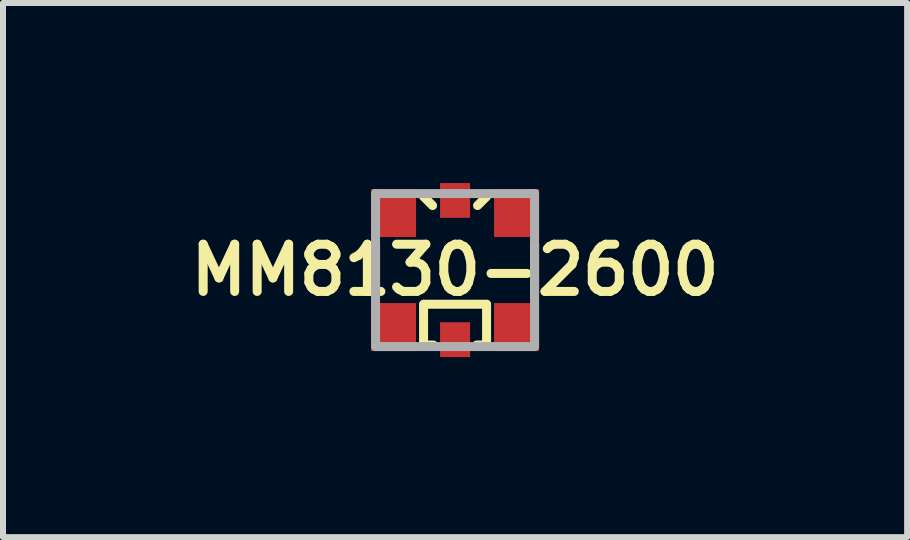
<source format=kicad_pcb>
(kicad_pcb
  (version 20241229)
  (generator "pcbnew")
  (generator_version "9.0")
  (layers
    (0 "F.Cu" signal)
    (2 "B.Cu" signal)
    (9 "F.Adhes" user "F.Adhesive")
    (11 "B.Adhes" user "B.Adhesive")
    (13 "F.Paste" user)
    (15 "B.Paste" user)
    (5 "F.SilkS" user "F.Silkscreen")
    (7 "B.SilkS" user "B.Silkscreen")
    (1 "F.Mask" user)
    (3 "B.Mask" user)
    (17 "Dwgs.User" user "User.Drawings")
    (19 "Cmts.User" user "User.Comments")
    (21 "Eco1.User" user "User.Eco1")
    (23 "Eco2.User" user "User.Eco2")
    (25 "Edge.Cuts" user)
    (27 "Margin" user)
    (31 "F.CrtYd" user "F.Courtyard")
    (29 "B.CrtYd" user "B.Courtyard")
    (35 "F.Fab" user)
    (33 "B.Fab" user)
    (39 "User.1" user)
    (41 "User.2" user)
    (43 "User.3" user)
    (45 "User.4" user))
  (footprint "MM8130-2600"
    (layer "F.Cu")
    (at 4.533 1.45)
    (property "Reference" "MM8130-2600" (at 0 0 0) (layer "F.SilkS") (effects (font (size 0.787 0.787) (thickness 0.15))))
    (attr smd)
    (fp_line (start -1.325 0.43) (end -1.325 -0.43) (stroke (width 0.15) (type solid)) (layer "F.SilkS"))
    (fp_line (start -0.525 -1.225) (end -0.375 -1.075) (stroke (width 0.15) (type solid)) (layer "F.SilkS"))
    (fp_line (start -0.525 1.25) (end -0.525 0.57) (stroke (width 0.15) (type solid)) (layer "F.SilkS"))
    (fp_line (start -0.525 1.25) (end -0.36 1.25) (stroke (width 0.15) (type solid)) (layer "F.SilkS"))
    (fp_line (start -0.52 0.57) (end 0.525 0.57) (stroke (width 0.15) (type solid)) (layer "F.SilkS"))
    (fp_line (start 0.36 1.25) (end 0.525 1.25) (stroke (width 0.15) (type solid)) (layer "F.SilkS"))
    (fp_line (start 0.375 -1.075) (end 0.525 -1.225) (stroke (width 0.15) (type solid)) (layer "F.SilkS"))
    (fp_line (start 0.525 1.25) (end 0.525 0.57) (stroke (width 0.15) (type solid)) (layer "F.SilkS"))
    (fp_line (start 1.325 0.43) (end 1.325 -0.43) (stroke (width 0.15) (type solid)) (layer "F.SilkS"))
    (fp_line (start -1.325 -1.275) (end 1.325 -1.275) (stroke (width 0.15) (type solid)) (layer "F.Fab"))
    (fp_line (start -1.325 1.275) (end -1.325 -1.275) (stroke (width 0.15) (type solid)) (layer "F.Fab"))
    (fp_line (start 1.325 -1.275) (end 1.325 1.275) (stroke (width 0.15) (type solid)) (layer "F.Fab"))
    (fp_line (start 1.325 1.275) (end -1.325 1.275) (stroke (width 0.15) (type solid)) (layer "F.Fab"))
    (pad "C" smd rect (at 0 -1.16) (size 0.5 0.58) (layers "F.Cu" "F.Mask" "F.Paste"))
    (pad "G" smd rect (at -1.025 -0.95) (size 0.75 0.8) (layers "F.Cu" "F.Mask" "F.Paste"))
    (pad "G" smd rect (at -1.025 0.95) (size 0.75 0.8) (layers "F.Cu" "F.Mask" "F.Paste"))
    (pad "G" smd rect (at 1.025 -0.95) (size 0.75 0.8) (layers "F.Cu" "F.Mask" "F.Paste"))
    (pad "G" smd rect (at 1.025 0.95) (size 0.75 0.8) (layers "F.Cu" "F.Mask" "F.Paste"))
    (pad "R" smd rect (at 0 1.16) (size 0.5 0.58) (layers "F.Cu" "F.Mask" "F.Paste")))
  (gr_rect
    (start -3 -3)
    (end 12.066 5.9)
    (stroke (width 0.1) (type default))
    (fill no)
    (layer "Edge.Cuts")))
</source>
